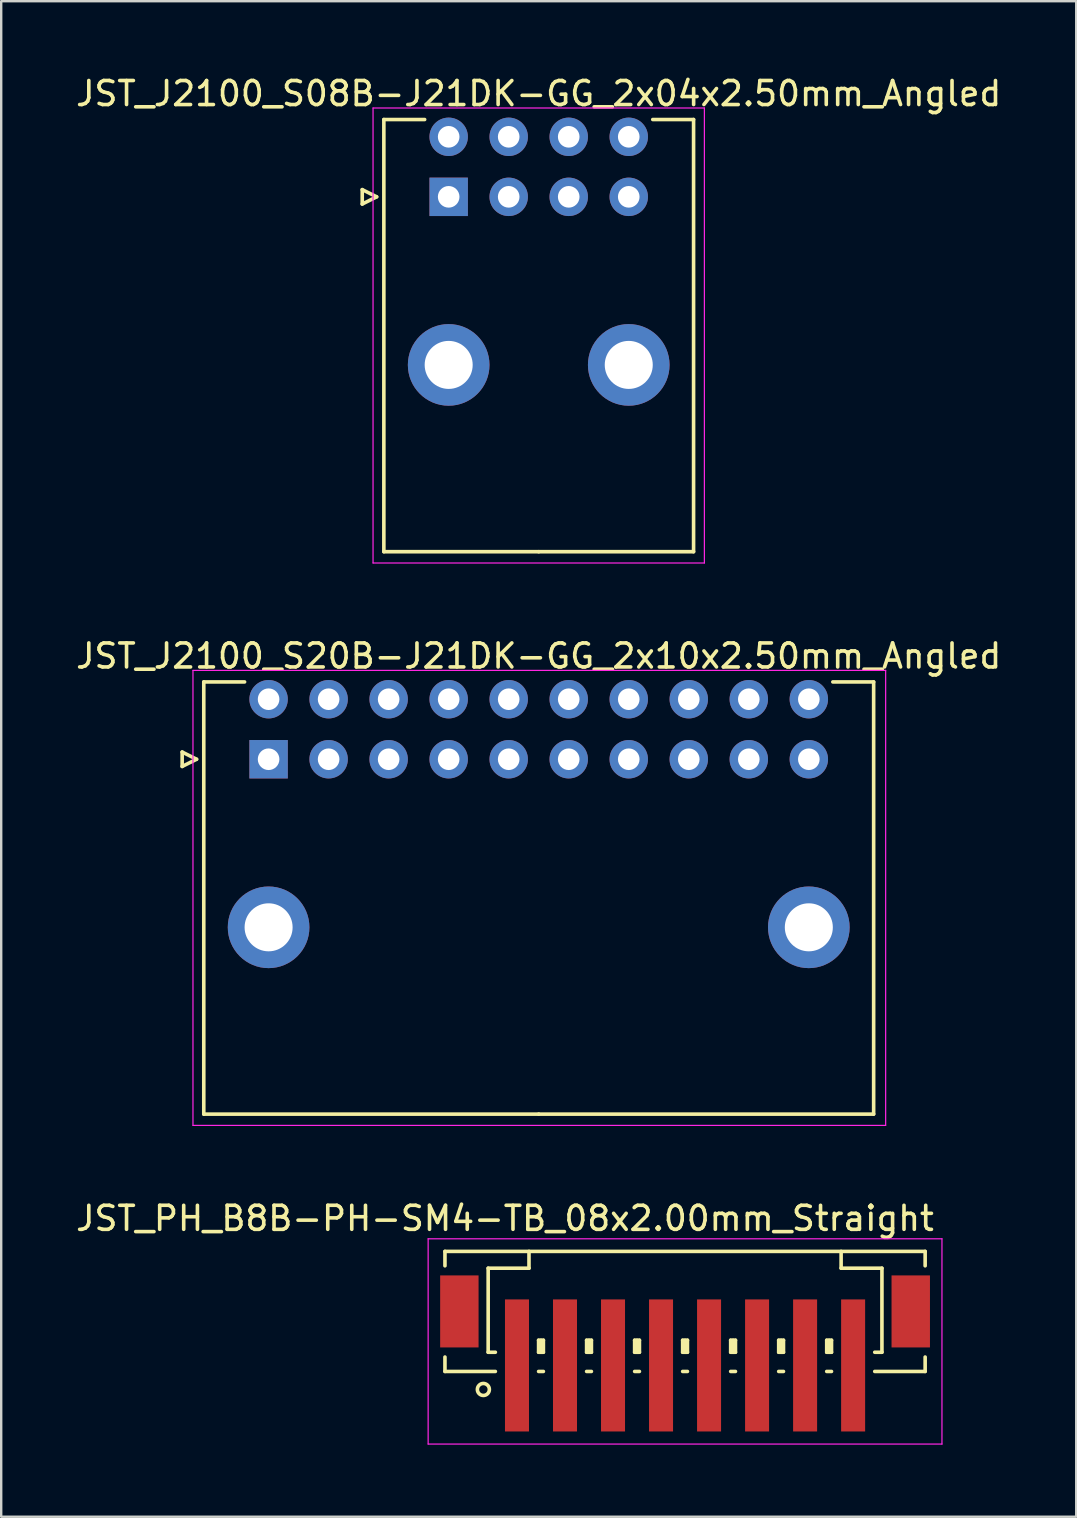
<source format=kicad_pcb>
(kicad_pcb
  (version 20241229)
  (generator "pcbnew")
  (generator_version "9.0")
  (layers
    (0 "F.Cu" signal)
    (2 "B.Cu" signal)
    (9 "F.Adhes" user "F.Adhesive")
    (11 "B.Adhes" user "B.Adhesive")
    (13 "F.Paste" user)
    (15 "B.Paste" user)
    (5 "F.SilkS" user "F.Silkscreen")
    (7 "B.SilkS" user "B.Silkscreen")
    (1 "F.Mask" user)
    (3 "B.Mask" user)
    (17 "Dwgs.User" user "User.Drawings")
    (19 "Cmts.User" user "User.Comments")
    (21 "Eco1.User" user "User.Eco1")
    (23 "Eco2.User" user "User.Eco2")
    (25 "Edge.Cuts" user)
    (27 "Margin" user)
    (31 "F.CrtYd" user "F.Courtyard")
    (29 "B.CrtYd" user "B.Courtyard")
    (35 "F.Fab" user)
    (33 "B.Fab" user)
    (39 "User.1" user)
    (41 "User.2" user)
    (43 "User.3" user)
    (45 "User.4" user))
  (footprint "JST_J2100_S08B-J21DK-GG_2x04x2.50mm_Angled"
    (layer "F.Cu")
    (at 15.637 5.148)
    (property "Reference" "JST_J2100_S08B-J21DK-GG_2x04x2.50mm_Angled" (at 3.75 -4.3 0) (layer "F.SilkS") (effects (font (size 1 1) (thickness 0.15))))
    (attr through_hole)
    (fp_line (start -3.6 -0.3) (end -3 0) (stroke (width 0.15) (type solid)) (layer "F.SilkS"))
    (fp_line (start -3.6 0.3) (end -3.6 -0.3) (stroke (width 0.15) (type solid)) (layer "F.SilkS"))
    (fp_line (start -3 0) (end -3.6 0.3) (stroke (width 0.15) (type solid)) (layer "F.SilkS"))
    (fp_line (start -2.7 -3.22) (end -2.7 14.78) (stroke (width 0.15) (type solid)) (layer "F.SilkS"))
    (fp_line (start -2.7 14.78) (end 3.75 14.78) (stroke (width 0.15) (type solid)) (layer "F.SilkS"))
    (fp_line (start -1 -3.22) (end -2.7 -3.22) (stroke (width 0.15) (type solid)) (layer "F.SilkS"))
    (fp_line (start 8.5 -3.22) (end 10.2 -3.22) (stroke (width 0.15) (type solid)) (layer "F.SilkS"))
    (fp_line (start 10.2 -3.22) (end 10.2 14.78) (stroke (width 0.15) (type solid)) (layer "F.SilkS"))
    (fp_line (start 10.2 14.78) (end 3.75 14.78) (stroke (width 0.15) (type solid)) (layer "F.SilkS"))
    (fp_line (start -3.15 -3.7) (end -3.15 15.25) (stroke (width 0.05) (type solid)) (layer "F.CrtYd"))
    (fp_line (start -3.15 15.25) (end 10.65 15.25) (stroke (width 0.05) (type solid)) (layer "F.CrtYd"))
    (fp_line (start 10.65 -3.7) (end -3.15 -3.7) (stroke (width 0.05) (type solid)) (layer "F.CrtYd"))
    (fp_line (start 10.65 15.25) (end 10.65 -3.7) (stroke (width 0.05) (type solid)) (layer "F.CrtYd"))
    (pad "" thru_hole circle (at 0 7) (size 3.4 3.4) (drill 2) (layers "*.Cu" "*.Mask"))
    (pad "" thru_hole circle (at 7.5 7) (size 3.4 3.4) (drill 2) (layers "*.Cu" "*.Mask"))
    (pad "1" thru_hole rect (at 0 0) (size 1.6 1.6) (drill 0.9) (layers "*.Cu" "*.Mask"))
    (pad "2" thru_hole circle (at 0 -2.5) (size 1.6 1.6) (drill 0.9) (layers "*.Cu" "*.Mask"))
    (pad "3" thru_hole circle (at 2.5 0) (size 1.6 1.6) (drill 0.9) (layers "*.Cu" "*.Mask"))
    (pad "4" thru_hole circle (at 2.5 -2.5) (size 1.6 1.6) (drill 0.9) (layers "*.Cu" "*.Mask"))
    (pad "5" thru_hole circle (at 5 0) (size 1.6 1.6) (drill 0.9) (layers "*.Cu" "*.Mask"))
    (pad "6" thru_hole circle (at 5 -2.5) (size 1.6 1.6) (drill 0.9) (layers "*.Cu" "*.Mask"))
    (pad "7" thru_hole circle (at 7.5 0) (size 1.6 1.6) (drill 0.9) (layers "*.Cu" "*.Mask"))
    (pad "8" thru_hole circle (at 7.5 -2.5) (size 1.6 1.6) (drill 0.9) (layers "*.Cu" "*.Mask")))
  (footprint "JST_PH_B8B-PH-SM4-TB_08x2.00mm_Straight"
    (layer "F.Cu")
    (at 25.482 52.695)
    (property "Reference" "JST_PH_B8B-PH-SM4-TB_08x2.00mm_Straight" (at -7.5 -5 0) (layer "F.SilkS") (effects (font (size 1 1) (thickness 0.15))))
    (attr smd)
    (fp_line (start -10 -3.625) (end 10 -3.625) (stroke (width 0.15) (type solid)) (layer "F.SilkS"))
    (fp_line (start -10 -3.025) (end -10 -3.625) (stroke (width 0.15) (type solid)) (layer "F.SilkS"))
    (fp_line (start -10 0.775) (end -10 1.375) (stroke (width 0.15) (type solid)) (layer "F.SilkS"))
    (fp_line (start -10 1.375) (end -7.9 1.375) (stroke (width 0.15) (type solid)) (layer "F.SilkS"))
    (fp_line (start -8.2 -2.925) (end -8.2 0.575) (stroke (width 0.15) (type solid)) (layer "F.SilkS"))
    (fp_line (start -8.2 0.575) (end -7.9 0.575) (stroke (width 0.15) (type solid)) (layer "F.SilkS"))
    (fp_line (start -6.5 -3.625) (end -6.5 -2.925) (stroke (width 0.15) (type solid)) (layer "F.SilkS"))
    (fp_line (start -6.5 -2.925) (end -8.2 -2.925) (stroke (width 0.15) (type solid)) (layer "F.SilkS"))
    (fp_line (start -6.1 0.075) (end -5.9 0.075) (stroke (width 0.15) (type solid)) (layer "F.SilkS"))
    (fp_line (start -6.1 0.575) (end -6.1 0.075) (stroke (width 0.15) (type solid)) (layer "F.SilkS"))
    (fp_line (start -6.1 0.575) (end -5.9 0.575) (stroke (width 0.15) (type solid)) (layer "F.SilkS"))
    (fp_line (start -6.1 1.375) (end -5.9 1.375) (stroke (width 0.15) (type solid)) (layer "F.SilkS"))
    (fp_line (start -6 0.575) (end -6 0.075) (stroke (width 0.15) (type solid)) (layer "F.SilkS"))
    (fp_line (start -5.9 0.075) (end -5.9 0.575) (stroke (width 0.15) (type solid)) (layer "F.SilkS"))
    (fp_line (start -4.1 0.075) (end -3.9 0.075) (stroke (width 0.15) (type solid)) (layer "F.SilkS"))
    (fp_line (start -4.1 0.575) (end -4.1 0.075) (stroke (width 0.15) (type solid)) (layer "F.SilkS"))
    (fp_line (start -4.1 0.575) (end -3.9 0.575) (stroke (width 0.15) (type solid)) (layer "F.SilkS"))
    (fp_line (start -4.1 1.375) (end -3.9 1.375) (stroke (width 0.15) (type solid)) (layer "F.SilkS"))
    (fp_line (start -4 0.575) (end -4 0.075) (stroke (width 0.15) (type solid)) (layer "F.SilkS"))
    (fp_line (start -3.9 0.075) (end -3.9 0.575) (stroke (width 0.15) (type solid)) (layer "F.SilkS"))
    (fp_line (start -2.1 0.075) (end -1.9 0.075) (stroke (width 0.15) (type solid)) (layer "F.SilkS"))
    (fp_line (start -2.1 0.575) (end -2.1 0.075) (stroke (width 0.15) (type solid)) (layer "F.SilkS"))
    (fp_line (start -2.1 0.575) (end -1.9 0.575) (stroke (width 0.15) (type solid)) (layer "F.SilkS"))
    (fp_line (start -2.1 1.375) (end -1.9 1.375) (stroke (width 0.15) (type solid)) (layer "F.SilkS"))
    (fp_line (start -2 0.575) (end -2 0.075) (stroke (width 0.15) (type solid)) (layer "F.SilkS"))
    (fp_line (start -1.9 0.075) (end -1.9 0.575) (stroke (width 0.15) (type solid)) (layer "F.SilkS"))
    (fp_line (start -0.1 0.075) (end 0.1 0.075) (stroke (width 0.15) (type solid)) (layer "F.SilkS"))
    (fp_line (start -0.1 0.575) (end -0.1 0.075) (stroke (width 0.15) (type solid)) (layer "F.SilkS"))
    (fp_line (start -0.1 0.575) (end 0.1 0.575) (stroke (width 0.15) (type solid)) (layer "F.SilkS"))
    (fp_line (start -0.1 1.375) (end 0.1 1.375) (stroke (width 0.15) (type solid)) (layer "F.SilkS"))
    (fp_line (start 0 0.575) (end 0 0.075) (stroke (width 0.15) (type solid)) (layer "F.SilkS"))
    (fp_line (start 0.1 0.075) (end 0.1 0.575) (stroke (width 0.15) (type solid)) (layer "F.SilkS"))
    (fp_line (start 1.9 0.075) (end 2.1 0.075) (stroke (width 0.15) (type solid)) (layer "F.SilkS"))
    (fp_line (start 1.9 0.575) (end 1.9 0.075) (stroke (width 0.15) (type solid)) (layer "F.SilkS"))
    (fp_line (start 1.9 0.575) (end 2.1 0.575) (stroke (width 0.15) (type solid)) (layer "F.SilkS"))
    (fp_line (start 1.9 1.375) (end 2.1 1.375) (stroke (width 0.15) (type solid)) (layer "F.SilkS"))
    (fp_line (start 2 0.575) (end 2 0.075) (stroke (width 0.15) (type solid)) (layer "F.SilkS"))
    (fp_line (start 2.1 0.075) (end 2.1 0.575) (stroke (width 0.15) (type solid)) (layer "F.SilkS"))
    (fp_line (start 3.9 0.075) (end 4.1 0.075) (stroke (width 0.15) (type solid)) (layer "F.SilkS"))
    (fp_line (start 3.9 0.575) (end 3.9 0.075) (stroke (width 0.15) (type solid)) (layer "F.SilkS"))
    (fp_line (start 3.9 0.575) (end 4.1 0.575) (stroke (width 0.15) (type solid)) (layer "F.SilkS"))
    (fp_line (start 3.9 1.375) (end 4.1 1.375) (stroke (width 0.15) (type solid)) (layer "F.SilkS"))
    (fp_line (start 4 0.575) (end 4 0.075) (stroke (width 0.15) (type solid)) (layer "F.SilkS"))
    (fp_line (start 4.1 0.075) (end 4.1 0.575) (stroke (width 0.15) (type solid)) (layer "F.SilkS"))
    (fp_line (start 5.9 0.075) (end 6.1 0.075) (stroke (width 0.15) (type solid)) (layer "F.SilkS"))
    (fp_line (start 5.9 0.575) (end 5.9 0.075) (stroke (width 0.15) (type solid)) (layer "F.SilkS"))
    (fp_line (start 5.9 0.575) (end 6.1 0.575) (stroke (width 0.15) (type solid)) (layer "F.SilkS"))
    (fp_line (start 5.9 1.375) (end 6.1 1.375) (stroke (width 0.15) (type solid)) (layer "F.SilkS"))
    (fp_line (start 6 0.575) (end 6 0.075) (stroke (width 0.15) (type solid)) (layer "F.SilkS"))
    (fp_line (start 6.1 0.075) (end 6.1 0.575) (stroke (width 0.15) (type solid)) (layer "F.SilkS"))
    (fp_line (start 6.5 -3.625) (end 6.5 -2.925) (stroke (width 0.15) (type solid)) (layer "F.SilkS"))
    (fp_line (start 6.5 -2.925) (end 8.2 -2.925) (stroke (width 0.15) (type solid)) (layer "F.SilkS"))
    (fp_line (start 8.2 -2.925) (end 8.2 0.575) (stroke (width 0.15) (type solid)) (layer "F.SilkS"))
    (fp_line (start 8.2 0.575) (end 7.9 0.575) (stroke (width 0.15) (type solid)) (layer "F.SilkS"))
    (fp_line (start 10 -3.625) (end 10 -3.025) (stroke (width 0.15) (type solid)) (layer "F.SilkS"))
    (fp_line (start 10 0.775) (end 10 1.375) (stroke (width 0.15) (type solid)) (layer "F.SilkS"))
    (fp_line (start 10 1.375) (end 7.9 1.375) (stroke (width 0.15) (type solid)) (layer "F.SilkS"))
    (fp_circle (center -8.4 2.125) (end -8.15 2.125) (stroke (width 0.15) (type solid)) (fill no) (layer "F.SilkS"))
    (fp_line (start -10.7 -4.15) (end 10.7 -4.15) (stroke (width 0.05) (type solid)) (layer "F.CrtYd"))
    (fp_line (start -10.7 4.4) (end -10.7 -4.15) (stroke (width 0.05) (type solid)) (layer "F.CrtYd"))
    (fp_line (start 10.7 -4.15) (end 10.7 4.4) (stroke (width 0.05) (type solid)) (layer "F.CrtYd"))
    (fp_line (start 10.7 4.4) (end -10.7 4.4) (stroke (width 0.05) (type solid)) (layer "F.CrtYd"))
    (pad "" smd rect (at -9.4 -1.125) (size 1.6 3) (layers "F.Cu" "F.Mask" "F.Paste"))
    (pad "" smd rect (at 9.4 -1.125) (size 1.6 3) (layers "F.Cu" "F.Mask" "F.Paste"))
    (pad "1" smd rect (at -7 1.125) (size 1 5.5) (layers "F.Cu" "F.Mask" "F.Paste"))
    (pad "2" smd rect (at -5 1.125) (size 1 5.5) (layers "F.Cu" "F.Mask" "F.Paste"))
    (pad "3" smd rect (at -3 1.125) (size 1 5.5) (layers "F.Cu" "F.Mask" "F.Paste"))
    (pad "4" smd rect (at -1 1.125) (size 1 5.5) (layers "F.Cu" "F.Mask" "F.Paste"))
    (pad "5" smd rect (at 1 1.125) (size 1 5.5) (layers "F.Cu" "F.Mask" "F.Paste"))
    (pad "6" smd rect (at 3 1.125) (size 1 5.5) (layers "F.Cu" "F.Mask" "F.Paste"))
    (pad "7" smd rect (at 5 1.125) (size 1 5.5) (layers "F.Cu" "F.Mask" "F.Paste"))
    (pad "8" smd rect (at 7 1.125) (size 1 5.5) (layers "F.Cu" "F.Mask" "F.Paste")))
  (footprint "JST_J2100_S20B-J21DK-GG_2x10x2.50mm_Angled"
    (layer "F.Cu")
    (at 8.137 28.572)
    (property "Reference" "JST_J2100_S20B-J21DK-GG_2x10x2.50mm_Angled" (at 11.25 -4.3 0) (layer "F.SilkS") (effects (font (size 1 1) (thickness 0.15))))
    (attr through_hole)
    (fp_line (start -3.6 -0.3) (end -3 0) (stroke (width 0.15) (type solid)) (layer "F.SilkS"))
    (fp_line (start -3.6 0.3) (end -3.6 -0.3) (stroke (width 0.15) (type solid)) (layer "F.SilkS"))
    (fp_line (start -3 0) (end -3.6 0.3) (stroke (width 0.15) (type solid)) (layer "F.SilkS"))
    (fp_line (start -2.7 -3.22) (end -2.7 14.78) (stroke (width 0.15) (type solid)) (layer "F.SilkS"))
    (fp_line (start -2.7 14.78) (end 11.25 14.78) (stroke (width 0.15) (type solid)) (layer "F.SilkS"))
    (fp_line (start -1 -3.22) (end -2.7 -3.22) (stroke (width 0.15) (type solid)) (layer "F.SilkS"))
    (fp_line (start 23.5 -3.22) (end 25.2 -3.22) (stroke (width 0.15) (type solid)) (layer "F.SilkS"))
    (fp_line (start 25.2 -3.22) (end 25.2 14.78) (stroke (width 0.15) (type solid)) (layer "F.SilkS"))
    (fp_line (start 25.2 14.78) (end 11.25 14.78) (stroke (width 0.15) (type solid)) (layer "F.SilkS"))
    (fp_line (start -3.15 -3.7) (end -3.15 15.25) (stroke (width 0.05) (type solid)) (layer "F.CrtYd"))
    (fp_line (start -3.15 15.25) (end 25.7 15.25) (stroke (width 0.05) (type solid)) (layer "F.CrtYd"))
    (fp_line (start 25.7 -3.7) (end -3.15 -3.7) (stroke (width 0.05) (type solid)) (layer "F.CrtYd"))
    (fp_line (start 25.7 15.25) (end 25.7 -3.7) (stroke (width 0.05) (type solid)) (layer "F.CrtYd"))
    (pad "" thru_hole circle (at 0 7) (size 3.4 3.4) (drill 2) (layers "*.Cu" "*.Mask"))
    (pad "" thru_hole circle (at 22.5 7) (size 3.4 3.4) (drill 2) (layers "*.Cu" "*.Mask"))
    (pad "1" thru_hole rect (at 0 0) (size 1.6 1.6) (drill 0.9) (layers "*.Cu" "*.Mask"))
    (pad "2" thru_hole circle (at 0 -2.5) (size 1.6 1.6) (drill 0.9) (layers "*.Cu" "*.Mask"))
    (pad "3" thru_hole circle (at 2.5 0) (size 1.6 1.6) (drill 0.9) (layers "*.Cu" "*.Mask"))
    (pad "4" thru_hole circle (at 2.5 -2.5) (size 1.6 1.6) (drill 0.9) (layers "*.Cu" "*.Mask"))
    (pad "5" thru_hole circle (at 5 0) (size 1.6 1.6) (drill 0.9) (layers "*.Cu" "*.Mask"))
    (pad "6" thru_hole circle (at 5 -2.5) (size 1.6 1.6) (drill 0.9) (layers "*.Cu" "*.Mask"))
    (pad "7" thru_hole circle (at 7.5 0) (size 1.6 1.6) (drill 0.9) (layers "*.Cu" "*.Mask"))
    (pad "8" thru_hole circle (at 7.5 -2.5) (size 1.6 1.6) (drill 0.9) (layers "*.Cu" "*.Mask"))
    (pad "9" thru_hole circle (at 10 0) (size 1.6 1.6) (drill 0.9) (layers "*.Cu" "*.Mask"))
    (pad "10" thru_hole circle (at 10 -2.5) (size 1.6 1.6) (drill 0.9) (layers "*.Cu" "*.Mask"))
    (pad "11" thru_hole circle (at 12.5 0) (size 1.6 1.6) (drill 0.9) (layers "*.Cu" "*.Mask"))
    (pad "12" thru_hole circle (at 12.5 -2.5) (size 1.6 1.6) (drill 0.9) (layers "*.Cu" "*.Mask"))
    (pad "13" thru_hole circle (at 15 0) (size 1.6 1.6) (drill 0.9) (layers "*.Cu" "*.Mask"))
    (pad "14" thru_hole circle (at 15 -2.5) (size 1.6 1.6) (drill 0.9) (layers "*.Cu" "*.Mask"))
    (pad "15" thru_hole circle (at 17.5 0) (size 1.6 1.6) (drill 0.9) (layers "*.Cu" "*.Mask"))
    (pad "16" thru_hole circle (at 17.5 -2.5) (size 1.6 1.6) (drill 0.9) (layers "*.Cu" "*.Mask"))
    (pad "17" thru_hole circle (at 20 0) (size 1.6 1.6) (drill 0.9) (layers "*.Cu" "*.Mask"))
    (pad "18" thru_hole circle (at 20 -2.5) (size 1.6 1.6) (drill 0.9) (layers "*.Cu" "*.Mask"))
    (pad "19" thru_hole circle (at 22.5 0) (size 1.6 1.6) (drill 0.9) (layers "*.Cu" "*.Mask"))
    (pad "20" thru_hole circle (at 22.5 -2.5) (size 1.6 1.6) (drill 0.9) (layers "*.Cu" "*.Mask")))
  (gr_rect
    (start -3 -3)
    (end 41.774 60.12)
    (stroke (width 0.1) (type default))
    (fill no)
    (layer "Edge.Cuts")))
</source>
